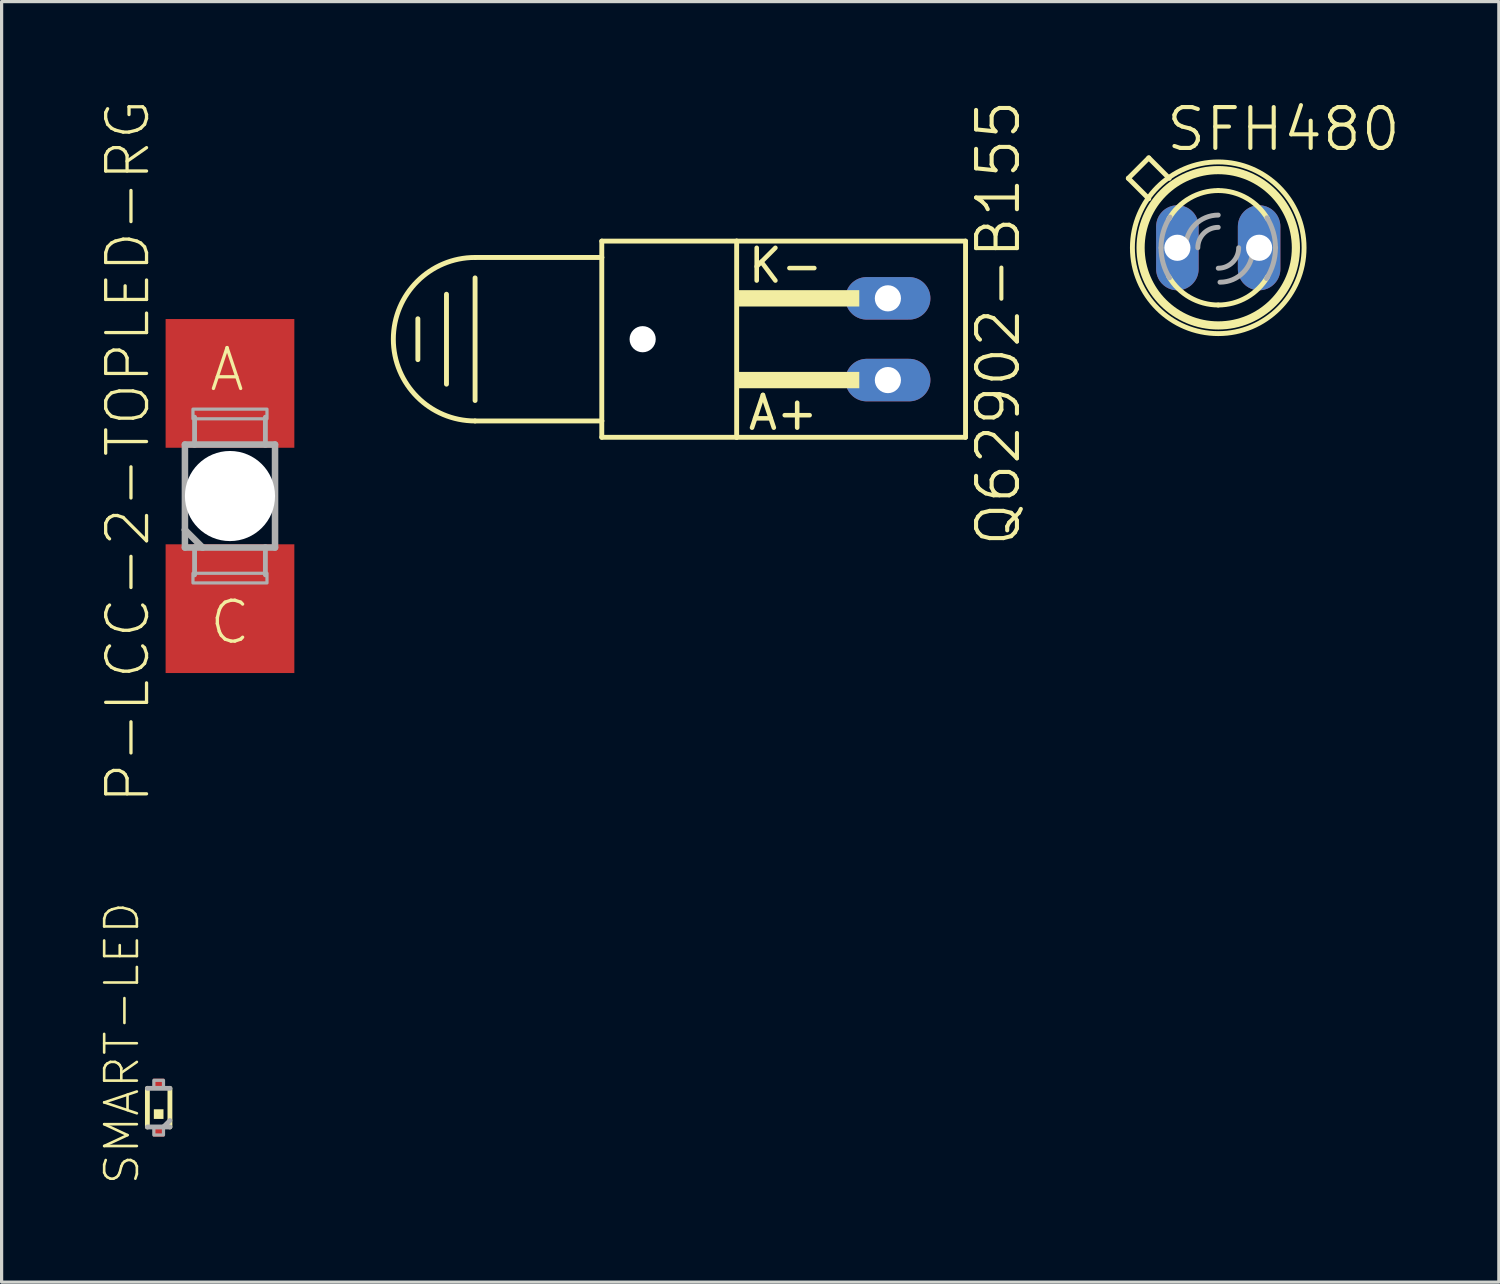
<source format=kicad_pcb>
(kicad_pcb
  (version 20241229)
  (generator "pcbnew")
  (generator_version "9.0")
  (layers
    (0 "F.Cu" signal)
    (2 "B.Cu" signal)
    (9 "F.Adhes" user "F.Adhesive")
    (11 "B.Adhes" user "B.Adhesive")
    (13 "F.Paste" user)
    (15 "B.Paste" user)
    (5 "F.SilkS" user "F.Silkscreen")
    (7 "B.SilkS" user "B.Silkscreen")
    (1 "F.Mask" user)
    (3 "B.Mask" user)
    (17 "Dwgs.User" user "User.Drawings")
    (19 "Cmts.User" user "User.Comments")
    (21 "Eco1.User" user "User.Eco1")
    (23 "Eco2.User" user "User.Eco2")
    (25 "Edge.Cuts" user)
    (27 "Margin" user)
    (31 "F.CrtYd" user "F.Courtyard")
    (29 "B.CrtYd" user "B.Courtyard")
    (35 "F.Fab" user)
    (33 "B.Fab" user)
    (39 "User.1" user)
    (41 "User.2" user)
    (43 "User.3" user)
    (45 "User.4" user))
  (footprint "Q62902-B155"
    (layer "F.Cu")
    (at 16.919 7.49)
    (property "Reference" "Q62902-B155" (at 11.049 -0.502 90) (layer "F.SilkS") (effects (font (size 1.27 1.27) (thickness 0.127))))
    (attr through_hole)
    (fp_line (start -6.985 -0.635) (end -6.985 0.635) (stroke (width 0.152) (type solid)) (layer "F.SilkS"))
    (fp_line (start -6.096 -1.397) (end -6.096 1.397) (stroke (width 0.152) (type solid)) (layer "F.SilkS"))
    (fp_line (start -5.207 -1.905) (end -5.207 1.905) (stroke (width 0.152) (type solid)) (layer "F.SilkS"))
    (fp_line (start -5.207 2.54) (end -1.27 2.54) (stroke (width 0.152) (type solid)) (layer "F.SilkS"))
    (fp_line (start -1.27 -2.54) (end -5.207 -2.54) (stroke (width 0.152) (type solid)) (layer "F.SilkS"))
    (fp_line (start -1.27 -2.54) (end -1.27 -3.048) (stroke (width 0.152) (type solid)) (layer "F.SilkS"))
    (fp_line (start -1.27 2.54) (end -1.27 -2.54) (stroke (width 0.152) (type solid)) (layer "F.SilkS"))
    (fp_line (start -1.27 3.048) (end -1.27 2.54) (stroke (width 0.152) (type solid)) (layer "F.SilkS"))
    (fp_line (start -1.27 3.048) (end 2.921 3.048) (stroke (width 0.152) (type solid)) (layer "F.SilkS"))
    (fp_line (start 2.921 -3.048) (end -1.27 -3.048) (stroke (width 0.152) (type solid)) (layer "F.SilkS"))
    (fp_line (start 2.921 3.048) (end 2.921 -3.048) (stroke (width 0.152) (type solid)) (layer "F.SilkS"))
    (fp_line (start 2.921 3.048) (end 10.033 3.048) (stroke (width 0.152) (type solid)) (layer "F.SilkS"))
    (fp_line (start 10.033 -3.048) (end 2.921 -3.048) (stroke (width 0.152) (type solid)) (layer "F.SilkS"))
    (fp_line (start 10.033 -3.048) (end 10.033 3.048) (stroke (width 0.152) (type solid)) (layer "F.SilkS"))
    (fp_arc (start -5.207 2.54) (mid -7.747 0) (end -5.207 -2.54) (stroke (width 0.1524) (type solid)) (layer "F.SilkS"))
    (fp_poly (pts (xy 2.921 -1.524) (xy 6.731 -1.524) (xy 6.731 -1.016) (xy 2.921 -1.016)) (stroke (width 0) (type solid)) (fill yes) (layer "F.SilkS"))
    (fp_poly (pts (xy 2.921 1.016) (xy 6.731 1.016) (xy 6.731 1.524) (xy 2.921 1.524)) (stroke (width 0) (type solid)) (fill yes) (layer "F.SilkS"))
    (fp_text user "A+" (at 4.366 2.286 0) (layer "F.SilkS") (effects (font (size 1.016 1.016) (thickness 0.142))))
    (fp_text user "K-" (at 4.439 -2.286 0) (layer "F.SilkS") (effects (font (size 1.016 1.016) (thickness 0.142))))
    (pad "" np_thru_hole circle (at 0 0) (size 0.813 0.813) (drill 0.813) (layers "*.Cu"))
    (pad "A" thru_hole oval (at 7.62 1.27) (size 2.642 1.321) (drill 0.813) (layers "*.Cu" "*.Mask"))
    (pad "K" thru_hole oval (at 7.62 -1.27) (size 2.642 1.321) (drill 0.813) (layers "*.Cu" "*.Mask")))
  (footprint "P-LCC-2-TOPLED-RG"
    (layer "F.Cu")
    (at 4.096 12.363)
    (property "Reference" "P-LCC-2-TOPLED-RG" (at -3.175 -1.391 90) (layer "F.SilkS") (effects (font (size 1.27 1.27) (thickness 0.102))))
    (attr through_hole)
    (fp_poly (pts (xy -1.5 -3.2) (xy 1.5 -3.2) (xy 1.5 -1.5) (xy -1.5 -1.5)) (stroke (width 0) (type solid)) (fill yes) (layer "F.Mask"))
    (fp_poly (pts (xy -1.5 1.5) (xy 1.5 1.5) (xy 1.5 3.2) (xy -1.5 3.2)) (stroke (width 0) (type solid)) (fill yes) (layer "F.Mask"))
    (fp_circle (center 0 0) (end 1.1 0) (stroke (width 0.203) (type solid)) (fill no) (layer "F.SilkS"))
    (fp_poly (pts (xy -0.25 -0.25) (xy 0.25 -0.25) (xy 0.25 0.25) (xy -0.25 0.25)) (stroke (width 0) (type solid)) (fill yes) (layer "F.SilkS"))
    (fp_poly (pts (xy -1.3 -3) (xy 1.3 -3) (xy 1.3 -1.5) (xy -1.3 -1.5)) (stroke (width 0) (type solid)) (fill yes) (layer "F.Paste"))
    (fp_poly (pts (xy -1.3 1.5) (xy 1.3 1.5) (xy 1.3 3) (xy -1.3 3)) (stroke (width 0) (type solid)) (fill yes) (layer "F.Paste"))
    (fp_line (start -1.4 -1.6) (end -1.4 1.05) (stroke (width 0.203) (type solid)) (layer "F.Fab"))
    (fp_line (start -1.4 1.05) (end -1.4 1.6) (stroke (width 0.203) (type solid)) (layer "F.Fab"))
    (fp_line (start -1.4 1.6) (end -1.1 1.6) (stroke (width 0.203) (type solid)) (layer "F.Fab"))
    (fp_line (start -1.1 -1.6) (end -1.4 -1.6) (stroke (width 0.203) (type solid)) (layer "F.Fab"))
    (fp_line (start -1.1 -1.6) (end -1.1 -2.45) (stroke (width 0.15) (type solid)) (layer "F.Fab"))
    (fp_line (start -1.1 1.6) (end -1.1 2.45) (stroke (width 0.15) (type solid)) (layer "F.Fab"))
    (fp_line (start -1.1 1.6) (end -0.85 1.6) (stroke (width 0.203) (type solid)) (layer "F.Fab"))
    (fp_line (start -0.85 1.6) (end -1.4 1.05) (stroke (width 0.203) (type solid)) (layer "F.Fab"))
    (fp_line (start -0.85 1.6) (end 1.1 1.6) (stroke (width 0.203) (type solid)) (layer "F.Fab"))
    (fp_line (start 1.1 -2.45) (end 1.1 -1.6) (stroke (width 0.15) (type solid)) (layer "F.Fab"))
    (fp_line (start 1.1 -1.6) (end -1.1 -1.6) (stroke (width 0.203) (type solid)) (layer "F.Fab"))
    (fp_line (start 1.1 1.6) (end 1.4 1.6) (stroke (width 0.203) (type solid)) (layer "F.Fab"))
    (fp_line (start 1.1 2.45) (end 1.1 1.6) (stroke (width 0.15) (type solid)) (layer "F.Fab"))
    (fp_line (start 1.4 -1.6) (end 1.1 -1.6) (stroke (width 0.203) (type solid)) (layer "F.Fab"))
    (fp_line (start 1.4 1.6) (end 1.4 -1.6) (stroke (width 0.203) (type solid)) (layer "F.Fab"))
    (fp_poly (pts (xy -1.15 -2.7) (xy 1.15 -2.7) (xy 1.15 -2.4) (xy -1.15 -2.4)) (stroke (width 0.1) (type solid)) (fill no) (layer "F.Fab"))
    (fp_poly (pts (xy -1.15 2.4) (xy 1.15 2.4) (xy 1.15 2.7) (xy -1.15 2.7)) (stroke (width 0.1) (type solid)) (fill no) (layer "F.Fab"))
    (fp_text user "C" (at 0 3.925 0) (layer "F.SilkS") (effects (font (size 1.27 1.27) (thickness 0.102))))
    (fp_text user "A" (at -0.091 -3.925 0) (layer "F.SilkS") (effects (font (size 1.27 1.27) (thickness 0.102))))
    (pad "" np_thru_hole circle (at 0 0) (size 2.8 2.8) (drill 2.8) (layers "*.Cu"))
    (pad "A" smd rect (at 0 -3.5) (size 4 4) (layers "F.Cu"))
    (pad "C" smd rect (at 0 3.5) (size 4 4) (layers "F.Cu")))
  (footprint "SFH480"
    (layer "F.Cu")
    (at 34.804 4.649)
    (property "Reference" "SFH480" (at 2.026 -3.683 0) (layer "F.SilkS") (effects (font (size 1.27 1.27) (thickness 0.127))))
    (attr through_hole)
    (fp_line (start -2.794 -2.159) (end -2.159 -2.794) (stroke (width 0.152) (type solid)) (layer "F.SilkS"))
    (fp_line (start -2.159 -1.524) (end -2.794 -2.159) (stroke (width 0.152) (type solid)) (layer "F.SilkS"))
    (fp_line (start -1.524 -2.159) (end -2.159 -2.794) (stroke (width 0.152) (type solid)) (layer "F.SilkS"))
    (fp_arc (start -1.5358 -0.8959) (mid -0.88555 -1.541787) (end 0 -1.778) (stroke (width 0.1524) (type solid)) (layer "F.SilkS"))
    (fp_arc (start 0 -1.778) (mid 0.88555 -1.541786) (end 1.5358 -0.8959) (stroke (width 0.1524) (type solid)) (layer "F.SilkS"))
    (fp_arc (start 0 1.778) (mid -0.88555 1.541786) (end -1.5358 0.8959) (stroke (width 0.1524) (type solid)) (layer "F.SilkS"))
    (fp_arc (start 1.5358 0.8959) (mid 0.88555 1.541787) (end 0 1.778) (stroke (width 0.1524) (type solid)) (layer "F.SilkS"))
    (fp_circle (center 0 0) (end 2.413 0) (stroke (width 0.254) (type solid)) (fill no) (layer "F.SilkS"))
    (fp_circle (center 0 0) (end 2.667 0) (stroke (width 0.152) (type solid)) (fill no) (layer "F.SilkS"))
    (fp_arc (start -1.778 0) (mid -1.707084 -0.497128) (end -1.5 -0.9546) (stroke (width 0.1524) (type solid)) (layer "F.Fab"))
    (fp_arc (start -1.5142 0.9318) (mid -1.710762 0.484206) (end -1.778 0) (stroke (width 0.1524) (type solid)) (layer "F.Fab"))
    (fp_arc (start -1.016 0) (mid -0.71842 -0.71842) (end 0 -1.016) (stroke (width 0.1524) (type solid)) (layer "F.Fab"))
    (fp_arc (start -0.635 0) (mid -0.449013 -0.449013) (end 0 -0.635) (stroke (width 0.1524) (type solid)) (layer "F.Fab"))
    (fp_arc (start 0.635 0) (mid 0.449013 0.449013) (end 0 0.635) (stroke (width 0.1524) (type solid)) (layer "F.Fab"))
    (fp_arc (start 1.0699 0.0539) (mid 0.77232 0.77232) (end 0.0539 1.0699) (stroke (width 0.1524) (type solid)) (layer "F.Fab"))
    (fp_arc (start 1.5142 -0.9318) (mid 1.710762 -0.484206) (end 1.778 0) (stroke (width 0.1524) (type solid)) (layer "F.Fab"))
    (fp_arc (start 1.778 0) (mid 1.707084 0.497128) (end 1.5 0.9546) (stroke (width 0.1524) (type solid)) (layer "F.Fab"))
    (pad "A" thru_hole oval (at 1.27 0) (size 1.321 2.642) (drill 0.813) (layers "*.Cu" "*.Mask"))
    (pad "K" thru_hole oval (at -1.27 0) (size 1.321 2.642) (drill 0.813) (layers "*.Cu" "*.Mask")))
  (footprint "SMART-LED"
    (layer "F.Cu")
    (at 1.88 31.368)
    (property "Reference" "SMART-LED" (at -1.143 -2.002 90) (layer "F.SilkS") (effects (font (size 1.016 1.016) (thickness 0.081))))
    (attr through_hole)
    (fp_line (start -0.35 0.6) (end -0.35 -0.6) (stroke (width 0.15) (type solid)) (layer "F.SilkS"))
    (fp_line (start 0.35 -0.6) (end 0.35 0.6) (stroke (width 0.15) (type solid)) (layer "F.SilkS"))
    (fp_poly (pts (xy -0.15 0.05) (xy 0.15 0.05) (xy 0.15 0.35) (xy -0.15 0.35)) (stroke (width 0) (type solid)) (fill yes) (layer "F.SilkS"))
    (fp_line (start -0.35 -0.6) (end 0.35 -0.6) (stroke (width 0.15) (type solid)) (layer "F.Fab"))
    (fp_line (start 0.15 0.6) (end -0.35 0.6) (stroke (width 0.15) (type solid)) (layer "F.Fab"))
    (fp_line (start 0.35 0.4) (end 0.15 0.6) (stroke (width 0.15) (type solid)) (layer "F.Fab"))
    (fp_line (start 0.35 0.6) (end 0.15 0.6) (stroke (width 0.15) (type solid)) (layer "F.Fab"))
    (fp_poly (pts (xy -0.15 -0.85) (xy 0.15 -0.85) (xy 0.15 -0.6) (xy -0.15 -0.6)) (stroke (width 0.1) (type solid)) (fill no) (layer "F.Fab"))
    (fp_poly (pts (xy -0.15 0.6) (xy 0.15 0.6) (xy 0.15 0.85) (xy -0.15 0.85)) (stroke (width 0.1) (type solid)) (fill no) (layer "F.Fab"))
    (pad "A" smd rect (at 0 -0.725) (size 0.35 0.35) (layers "F.Cu" "F.Mask" "F.Paste"))
    (pad "B" smd rect (at 0 0.725) (size 0.35 0.35) (layers "F.Cu" "F.Mask" "F.Paste")))
  (gr_rect
    (start -3 -3)
    (end 43.523 36.789)
    (stroke (width 0.1) (type default))
    (fill no)
    (layer "Edge.Cuts")))
</source>
